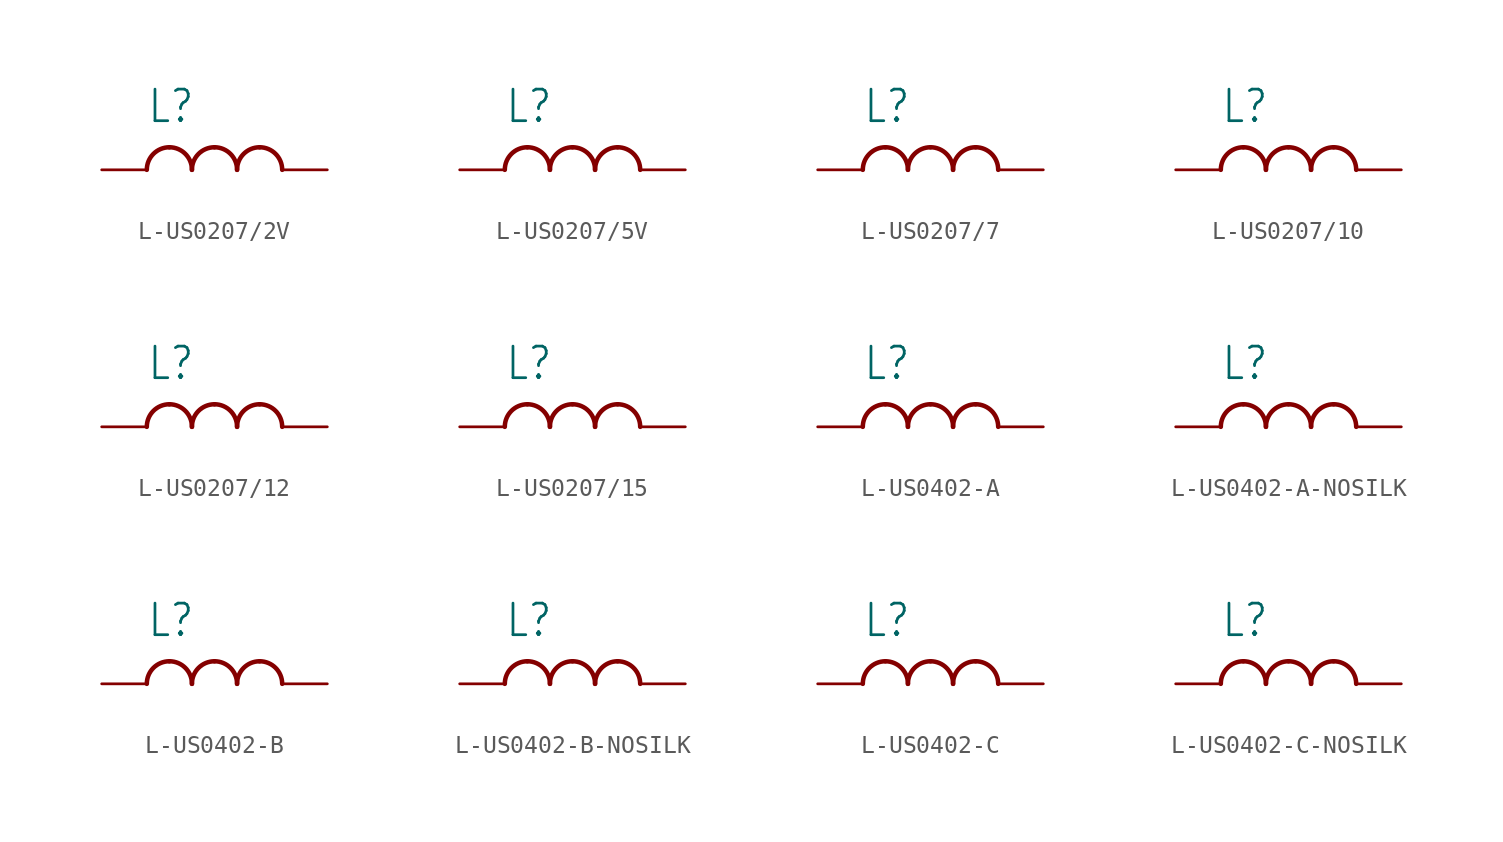
<source format=kicad_sym>
(kicad_symbol_lib
  (version 20231120)
  (generator "kicad_symbol_editor")
  (generator_version "8.0")
  (symbol "L-US0207/2V"
    (property "Reference" "L"
      (at -5.08 2.54 0)
      (effects (font (size 1.778 1.511)) (justify left bottom)))
    (property "Value" ""
      (at -5.08 -1.27 0)
      (effects (font (size 1.778 1.511)) (justify left top)))
    (property "ki_locked" ""
      (at 0 0 0)
      (effects (font (size 1.27 1.27))))
    (symbol "L-US0207/2V_1_0"
      (arc (start -3.81 1.27) (mid -4.708 0.898) (end -5.08 0) (stroke (width 0.254) (type solid)) (fill (type none)))
      (arc (start -2.54 0) (mid -2.912 0.898) (end -3.81 1.27) (stroke (width 0.254) (type solid)) (fill (type none)))
      (arc (start -1.27 1.27) (mid -2.168 0.898) (end -2.54 0) (stroke (width 0.254) (type solid)) (fill (type none)))
      (arc (start 0 0) (mid -0.372 0.898) (end -1.27 1.27) (stroke (width 0.254) (type solid)) (fill (type none)))
      (arc (start 1.27 1.27) (mid 0.372 0.898) (end 0 0) (stroke (width 0.254) (type solid)) (fill (type none)))
      (arc (start 2.54 0) (mid 2.168 0.898) (end 1.27 1.27) (stroke (width 0.254) (type solid)) (fill (type none)))
      (pin passive line (at -7.62 0 0) (length 2.54) (name "1" (effects (font (size 0 0)))) (number "1" (effects (font (size 0 0)))))
      (pin passive line (at 5.08 0 180) (length 2.54) (name "2" (effects (font (size 0 0)))) (number "2" (effects (font (size 0 0)))))))
  (symbol "L-US0207/5V"
    (property "Reference" "L"
      (at -5.08 2.54 0)
      (effects (font (size 1.778 1.511)) (justify left bottom)))
    (property "Value" ""
      (at -5.08 -1.27 0)
      (effects (font (size 1.778 1.511)) (justify left top)))
    (property "ki_locked" ""
      (at 0 0 0)
      (effects (font (size 1.27 1.27))))
    (symbol "L-US0207/5V_1_0"
      (arc (start -3.81 1.27) (mid -4.708 0.898) (end -5.08 0) (stroke (width 0.254) (type solid)) (fill (type none)))
      (arc (start -2.54 0) (mid -2.912 0.898) (end -3.81 1.27) (stroke (width 0.254) (type solid)) (fill (type none)))
      (arc (start -1.27 1.27) (mid -2.168 0.898) (end -2.54 0) (stroke (width 0.254) (type solid)) (fill (type none)))
      (arc (start 0 0) (mid -0.372 0.898) (end -1.27 1.27) (stroke (width 0.254) (type solid)) (fill (type none)))
      (arc (start 1.27 1.27) (mid 0.372 0.898) (end 0 0) (stroke (width 0.254) (type solid)) (fill (type none)))
      (arc (start 2.54 0) (mid 2.168 0.898) (end 1.27 1.27) (stroke (width 0.254) (type solid)) (fill (type none)))
      (pin passive line (at -7.62 0 0) (length 2.54) (name "1" (effects (font (size 0 0)))) (number "1" (effects (font (size 0 0)))))
      (pin passive line (at 5.08 0 180) (length 2.54) (name "2" (effects (font (size 0 0)))) (number "2" (effects (font (size 0 0)))))))
  (symbol "L-US0207/7"
    (property "Reference" "L"
      (at -5.08 2.54 0)
      (effects (font (size 1.778 1.511)) (justify left bottom)))
    (property "Value" ""
      (at -5.08 -1.27 0)
      (effects (font (size 1.778 1.511)) (justify left top)))
    (property "ki_locked" ""
      (at 0 0 0)
      (effects (font (size 1.27 1.27))))
    (symbol "L-US0207/7_1_0"
      (arc (start -3.81 1.27) (mid -4.708 0.898) (end -5.08 0) (stroke (width 0.254) (type solid)) (fill (type none)))
      (arc (start -2.54 0) (mid -2.912 0.898) (end -3.81 1.27) (stroke (width 0.254) (type solid)) (fill (type none)))
      (arc (start -1.27 1.27) (mid -2.168 0.898) (end -2.54 0) (stroke (width 0.254) (type solid)) (fill (type none)))
      (arc (start 0 0) (mid -0.372 0.898) (end -1.27 1.27) (stroke (width 0.254) (type solid)) (fill (type none)))
      (arc (start 1.27 1.27) (mid 0.372 0.898) (end 0 0) (stroke (width 0.254) (type solid)) (fill (type none)))
      (arc (start 2.54 0) (mid 2.168 0.898) (end 1.27 1.27) (stroke (width 0.254) (type solid)) (fill (type none)))
      (pin passive line (at -7.62 0 0) (length 2.54) (name "1" (effects (font (size 0 0)))) (number "1" (effects (font (size 0 0)))))
      (pin passive line (at 5.08 0 180) (length 2.54) (name "2" (effects (font (size 0 0)))) (number "2" (effects (font (size 0 0)))))))
  (symbol "L-US0207/10"
    (property "Reference" "L"
      (at -5.08 2.54 0)
      (effects (font (size 1.778 1.511)) (justify left bottom)))
    (property "Value" ""
      (at -5.08 -1.27 0)
      (effects (font (size 1.778 1.511)) (justify left top)))
    (property "ki_locked" ""
      (at 0 0 0)
      (effects (font (size 1.27 1.27))))
    (symbol "L-US0207/10_1_0"
      (arc (start -3.81 1.27) (mid -4.708 0.898) (end -5.08 0) (stroke (width 0.254) (type solid)) (fill (type none)))
      (arc (start -2.54 0) (mid -2.912 0.898) (end -3.81 1.27) (stroke (width 0.254) (type solid)) (fill (type none)))
      (arc (start -1.27 1.27) (mid -2.168 0.898) (end -2.54 0) (stroke (width 0.254) (type solid)) (fill (type none)))
      (arc (start 0 0) (mid -0.372 0.898) (end -1.27 1.27) (stroke (width 0.254) (type solid)) (fill (type none)))
      (arc (start 1.27 1.27) (mid 0.372 0.898) (end 0 0) (stroke (width 0.254) (type solid)) (fill (type none)))
      (arc (start 2.54 0) (mid 2.168 0.898) (end 1.27 1.27) (stroke (width 0.254) (type solid)) (fill (type none)))
      (pin passive line (at -7.62 0 0) (length 2.54) (name "1" (effects (font (size 0 0)))) (number "1" (effects (font (size 0 0)))))
      (pin passive line (at 5.08 0 180) (length 2.54) (name "2" (effects (font (size 0 0)))) (number "2" (effects (font (size 0 0)))))))
  (symbol "L-US0207/12"
    (property "Reference" "L"
      (at -5.08 2.54 0)
      (effects (font (size 1.778 1.511)) (justify left bottom)))
    (property "Value" ""
      (at -5.08 -1.27 0)
      (effects (font (size 1.778 1.511)) (justify left top)))
    (property "ki_locked" ""
      (at 0 0 0)
      (effects (font (size 1.27 1.27))))
    (symbol "L-US0207/12_1_0"
      (arc (start -3.81 1.27) (mid -4.708 0.898) (end -5.08 0) (stroke (width 0.254) (type solid)) (fill (type none)))
      (arc (start -2.54 0) (mid -2.912 0.898) (end -3.81 1.27) (stroke (width 0.254) (type solid)) (fill (type none)))
      (arc (start -1.27 1.27) (mid -2.168 0.898) (end -2.54 0) (stroke (width 0.254) (type solid)) (fill (type none)))
      (arc (start 0 0) (mid -0.372 0.898) (end -1.27 1.27) (stroke (width 0.254) (type solid)) (fill (type none)))
      (arc (start 1.27 1.27) (mid 0.372 0.898) (end 0 0) (stroke (width 0.254) (type solid)) (fill (type none)))
      (arc (start 2.54 0) (mid 2.168 0.898) (end 1.27 1.27) (stroke (width 0.254) (type solid)) (fill (type none)))
      (pin passive line (at -7.62 0 0) (length 2.54) (name "1" (effects (font (size 0 0)))) (number "1" (effects (font (size 0 0)))))
      (pin passive line (at 5.08 0 180) (length 2.54) (name "2" (effects (font (size 0 0)))) (number "2" (effects (font (size 0 0)))))))
  (symbol "L-US0207/15"
    (property "Reference" "L"
      (at -5.08 2.54 0)
      (effects (font (size 1.778 1.511)) (justify left bottom)))
    (property "Value" ""
      (at -5.08 -1.27 0)
      (effects (font (size 1.778 1.511)) (justify left top)))
    (property "ki_locked" ""
      (at 0 0 0)
      (effects (font (size 1.27 1.27))))
    (symbol "L-US0207/15_1_0"
      (arc (start -3.81 1.27) (mid -4.708 0.898) (end -5.08 0) (stroke (width 0.254) (type solid)) (fill (type none)))
      (arc (start -2.54 0) (mid -2.912 0.898) (end -3.81 1.27) (stroke (width 0.254) (type solid)) (fill (type none)))
      (arc (start -1.27 1.27) (mid -2.168 0.898) (end -2.54 0) (stroke (width 0.254) (type solid)) (fill (type none)))
      (arc (start 0 0) (mid -0.372 0.898) (end -1.27 1.27) (stroke (width 0.254) (type solid)) (fill (type none)))
      (arc (start 1.27 1.27) (mid 0.372 0.898) (end 0 0) (stroke (width 0.254) (type solid)) (fill (type none)))
      (arc (start 2.54 0) (mid 2.168 0.898) (end 1.27 1.27) (stroke (width 0.254) (type solid)) (fill (type none)))
      (pin passive line (at -7.62 0 0) (length 2.54) (name "1" (effects (font (size 0 0)))) (number "1" (effects (font (size 0 0)))))
      (pin passive line (at 5.08 0 180) (length 2.54) (name "2" (effects (font (size 0 0)))) (number "2" (effects (font (size 0 0)))))))
  (symbol "L-US0402-A"
    (property "Reference" "L"
      (at -5.08 2.54 0)
      (effects (font (size 1.778 1.511)) (justify left bottom)))
    (property "Value" ""
      (at -5.08 -1.27 0)
      (effects (font (size 1.778 1.511)) (justify left top)))
    (property "ki_locked" ""
      (at 0 0 0)
      (effects (font (size 1.27 1.27))))
    (symbol "L-US0402-A_1_0"
      (arc (start -3.81 1.27) (mid -4.708 0.898) (end -5.08 0) (stroke (width 0.254) (type solid)) (fill (type none)))
      (arc (start -2.54 0) (mid -2.912 0.898) (end -3.81 1.27) (stroke (width 0.254) (type solid)) (fill (type none)))
      (arc (start -1.27 1.27) (mid -2.168 0.898) (end -2.54 0) (stroke (width 0.254) (type solid)) (fill (type none)))
      (arc (start 0 0) (mid -0.372 0.898) (end -1.27 1.27) (stroke (width 0.254) (type solid)) (fill (type none)))
      (arc (start 1.27 1.27) (mid 0.372 0.898) (end 0 0) (stroke (width 0.254) (type solid)) (fill (type none)))
      (arc (start 2.54 0) (mid 2.168 0.898) (end 1.27 1.27) (stroke (width 0.254) (type solid)) (fill (type none)))
      (pin passive line (at -7.62 0 0) (length 2.54) (name "1" (effects (font (size 0 0)))) (number "1" (effects (font (size 0 0)))))
      (pin passive line (at 5.08 0 180) (length 2.54) (name "2" (effects (font (size 0 0)))) (number "2" (effects (font (size 0 0)))))))
  (symbol "L-US0402-A-NOSILK"
    (property "Reference" "L"
      (at -5.08 2.54 0)
      (effects (font (size 1.778 1.511)) (justify left bottom)))
    (property "Value" ""
      (at -5.08 -1.27 0)
      (effects (font (size 1.778 1.511)) (justify left top)))
    (property "ki_locked" ""
      (at 0 0 0)
      (effects (font (size 1.27 1.27))))
    (symbol "L-US0402-A-NOSILK_1_0"
      (arc (start -3.81 1.27) (mid -4.708 0.898) (end -5.08 0) (stroke (width 0.254) (type solid)) (fill (type none)))
      (arc (start -2.54 0) (mid -2.912 0.898) (end -3.81 1.27) (stroke (width 0.254) (type solid)) (fill (type none)))
      (arc (start -1.27 1.27) (mid -2.168 0.898) (end -2.54 0) (stroke (width 0.254) (type solid)) (fill (type none)))
      (arc (start 0 0) (mid -0.372 0.898) (end -1.27 1.27) (stroke (width 0.254) (type solid)) (fill (type none)))
      (arc (start 1.27 1.27) (mid 0.372 0.898) (end 0 0) (stroke (width 0.254) (type solid)) (fill (type none)))
      (arc (start 2.54 0) (mid 2.168 0.898) (end 1.27 1.27) (stroke (width 0.254) (type solid)) (fill (type none)))
      (pin passive line (at -7.62 0 0) (length 2.54) (name "1" (effects (font (size 0 0)))) (number "1" (effects (font (size 0 0)))))
      (pin passive line (at 5.08 0 180) (length 2.54) (name "2" (effects (font (size 0 0)))) (number "2" (effects (font (size 0 0)))))))
  (symbol "L-US0402-B"
    (property "Reference" "L"
      (at -5.08 2.54 0)
      (effects (font (size 1.778 1.511)) (justify left bottom)))
    (property "Value" ""
      (at -5.08 -1.27 0)
      (effects (font (size 1.778 1.511)) (justify left top)))
    (property "ki_locked" ""
      (at 0 0 0)
      (effects (font (size 1.27 1.27))))
    (symbol "L-US0402-B_1_0"
      (arc (start -3.81 1.27) (mid -4.708 0.898) (end -5.08 0) (stroke (width 0.254) (type solid)) (fill (type none)))
      (arc (start -2.54 0) (mid -2.912 0.898) (end -3.81 1.27) (stroke (width 0.254) (type solid)) (fill (type none)))
      (arc (start -1.27 1.27) (mid -2.168 0.898) (end -2.54 0) (stroke (width 0.254) (type solid)) (fill (type none)))
      (arc (start 0 0) (mid -0.372 0.898) (end -1.27 1.27) (stroke (width 0.254) (type solid)) (fill (type none)))
      (arc (start 1.27 1.27) (mid 0.372 0.898) (end 0 0) (stroke (width 0.254) (type solid)) (fill (type none)))
      (arc (start 2.54 0) (mid 2.168 0.898) (end 1.27 1.27) (stroke (width 0.254) (type solid)) (fill (type none)))
      (pin passive line (at -7.62 0 0) (length 2.54) (name "1" (effects (font (size 0 0)))) (number "1" (effects (font (size 0 0)))))
      (pin passive line (at 5.08 0 180) (length 2.54) (name "2" (effects (font (size 0 0)))) (number "2" (effects (font (size 0 0)))))))
  (symbol "L-US0402-B-NOSILK"
    (property "Reference" "L"
      (at -5.08 2.54 0)
      (effects (font (size 1.778 1.511)) (justify left bottom)))
    (property "Value" ""
      (at -5.08 -1.27 0)
      (effects (font (size 1.778 1.511)) (justify left top)))
    (property "ki_locked" ""
      (at 0 0 0)
      (effects (font (size 1.27 1.27))))
    (symbol "L-US0402-B-NOSILK_1_0"
      (arc (start -3.81 1.27) (mid -4.708 0.898) (end -5.08 0) (stroke (width 0.254) (type solid)) (fill (type none)))
      (arc (start -2.54 0) (mid -2.912 0.898) (end -3.81 1.27) (stroke (width 0.254) (type solid)) (fill (type none)))
      (arc (start -1.27 1.27) (mid -2.168 0.898) (end -2.54 0) (stroke (width 0.254) (type solid)) (fill (type none)))
      (arc (start 0 0) (mid -0.372 0.898) (end -1.27 1.27) (stroke (width 0.254) (type solid)) (fill (type none)))
      (arc (start 1.27 1.27) (mid 0.372 0.898) (end 0 0) (stroke (width 0.254) (type solid)) (fill (type none)))
      (arc (start 2.54 0) (mid 2.168 0.898) (end 1.27 1.27) (stroke (width 0.254) (type solid)) (fill (type none)))
      (pin passive line (at -7.62 0 0) (length 2.54) (name "1" (effects (font (size 0 0)))) (number "1" (effects (font (size 0 0)))))
      (pin passive line (at 5.08 0 180) (length 2.54) (name "2" (effects (font (size 0 0)))) (number "2" (effects (font (size 0 0)))))))
  (symbol "L-US0402-C"
    (property "Reference" "L"
      (at -5.08 2.54 0)
      (effects (font (size 1.778 1.511)) (justify left bottom)))
    (property "Value" ""
      (at -5.08 -1.27 0)
      (effects (font (size 1.778 1.511)) (justify left top)))
    (property "ki_locked" ""
      (at 0 0 0)
      (effects (font (size 1.27 1.27))))
    (symbol "L-US0402-C_1_0"
      (arc (start -3.81 1.27) (mid -4.708 0.898) (end -5.08 0) (stroke (width 0.254) (type solid)) (fill (type none)))
      (arc (start -2.54 0) (mid -2.912 0.898) (end -3.81 1.27) (stroke (width 0.254) (type solid)) (fill (type none)))
      (arc (start -1.27 1.27) (mid -2.168 0.898) (end -2.54 0) (stroke (width 0.254) (type solid)) (fill (type none)))
      (arc (start 0 0) (mid -0.372 0.898) (end -1.27 1.27) (stroke (width 0.254) (type solid)) (fill (type none)))
      (arc (start 1.27 1.27) (mid 0.372 0.898) (end 0 0) (stroke (width 0.254) (type solid)) (fill (type none)))
      (arc (start 2.54 0) (mid 2.168 0.898) (end 1.27 1.27) (stroke (width 0.254) (type solid)) (fill (type none)))
      (pin passive line (at -7.62 0 0) (length 2.54) (name "1" (effects (font (size 0 0)))) (number "1" (effects (font (size 0 0)))))
      (pin passive line (at 5.08 0 180) (length 2.54) (name "2" (effects (font (size 0 0)))) (number "2" (effects (font (size 0 0)))))))
  (symbol "L-US0402-C-NOSILK"
    (property "Reference" "L"
      (at -5.08 2.54 0)
      (effects (font (size 1.778 1.511)) (justify left bottom)))
    (property "Value" ""
      (at -5.08 -1.27 0)
      (effects (font (size 1.778 1.511)) (justify left top)))
    (property "ki_locked" ""
      (at 0 0 0)
      (effects (font (size 1.27 1.27))))
    (symbol "L-US0402-C-NOSILK_1_0"
      (arc (start -3.81 1.27) (mid -4.708 0.898) (end -5.08 0) (stroke (width 0.254) (type solid)) (fill (type none)))
      (arc (start -2.54 0) (mid -2.912 0.898) (end -3.81 1.27) (stroke (width 0.254) (type solid)) (fill (type none)))
      (arc (start -1.27 1.27) (mid -2.168 0.898) (end -2.54 0) (stroke (width 0.254) (type solid)) (fill (type none)))
      (arc (start 0 0) (mid -0.372 0.898) (end -1.27 1.27) (stroke (width 0.254) (type solid)) (fill (type none)))
      (arc (start 1.27 1.27) (mid 0.372 0.898) (end 0 0) (stroke (width 0.254) (type solid)) (fill (type none)))
      (arc (start 2.54 0) (mid 2.168 0.898) (end 1.27 1.27) (stroke (width 0.254) (type solid)) (fill (type none)))
      (pin passive line (at -7.62 0 0) (length 2.54) (name "1" (effects (font (size 0 0)))) (number "1" (effects (font (size 0 0)))))
      (pin passive line (at 5.08 0 180) (length 2.54) (name "2" (effects (font (size 0 0)))) (number "2" (effects (font (size 0 0))))))))
</source>
